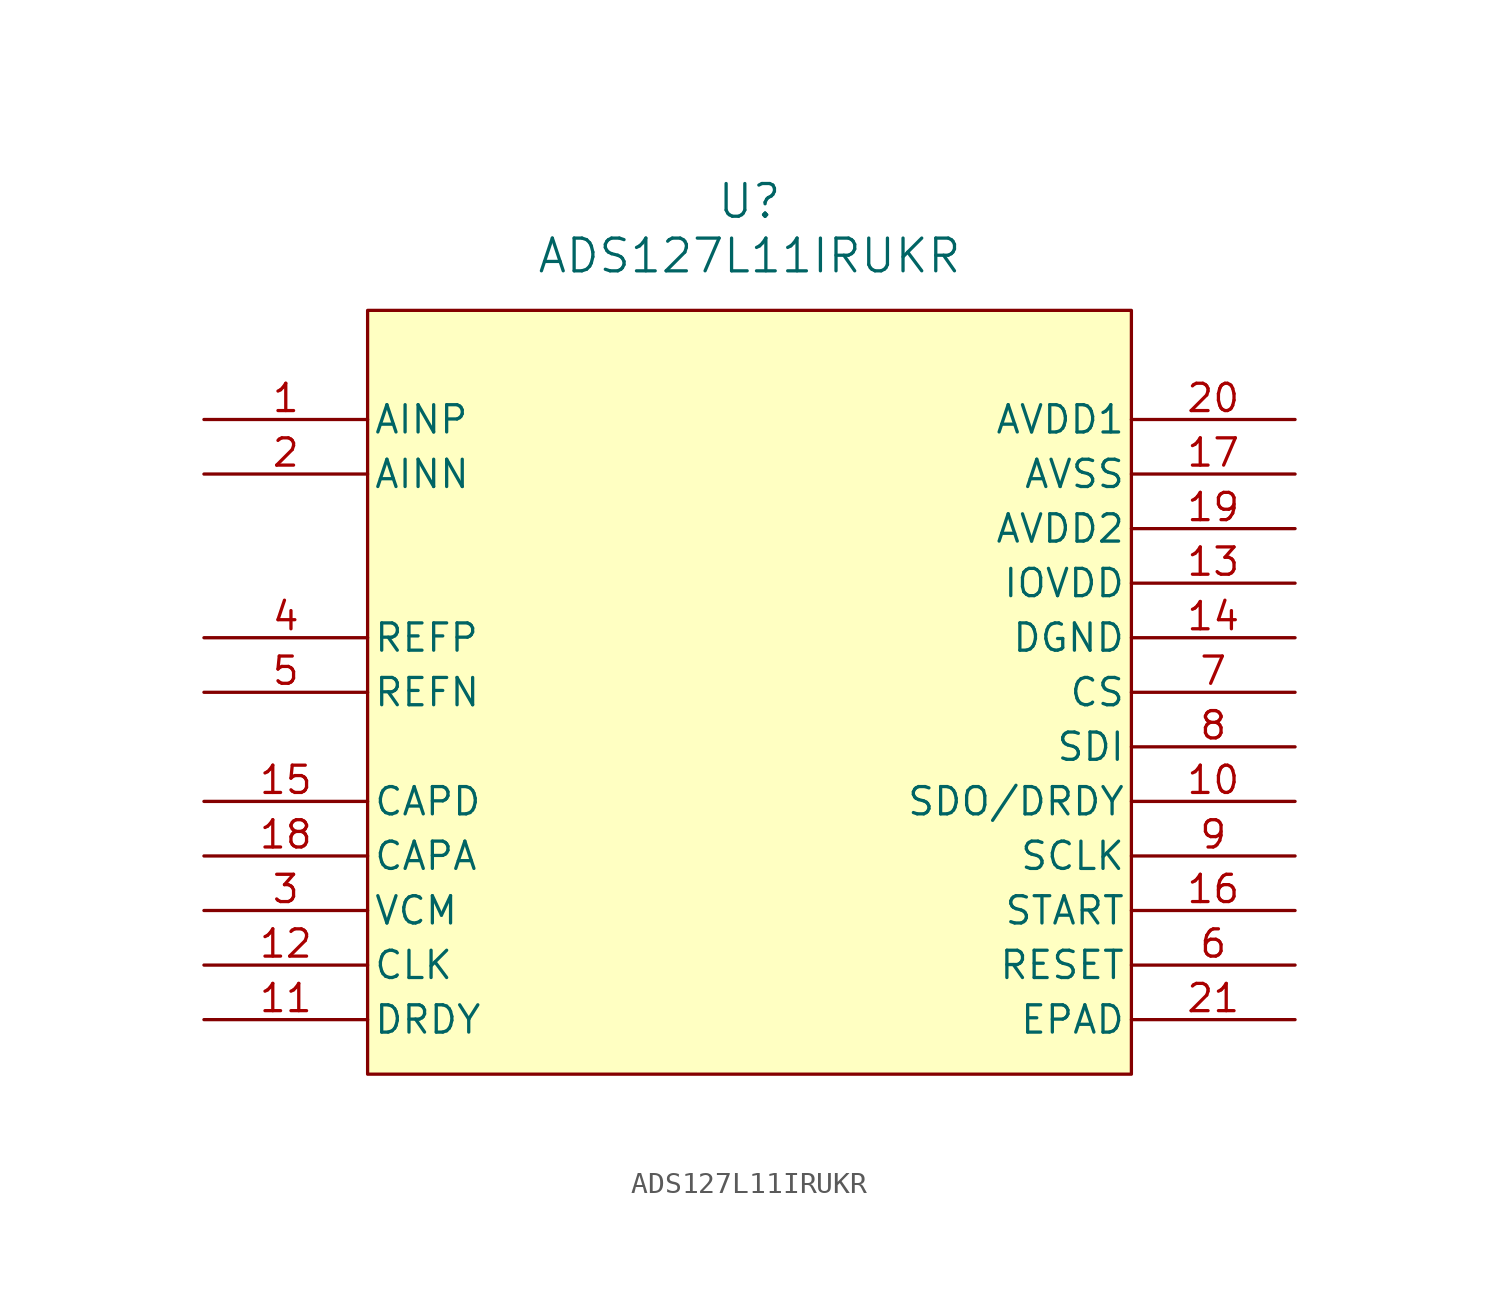
<source format=kicad_sym>
(kicad_symbol_lib
  (version 20220914)
  (generator kicad_symbol_editor)
  (symbol "ADS127L11IRUKR"
    (pin_names
      (offset 0.254))
    (property "Reference" "U"
      (at 25.4 10.16 0)
      (effects (font (size 1.524 1.524))))
    (property "Value" "ADS127L11IRUKR"
      (at 25.4 7.62 0)
      (effects (font (size 1.524 1.524))))
    (property "ki_locked" ""
      (at 0 0 0)
      (effects (font (size 1.27 1.27))))
    (symbol "ADS127L11IRUKR_0_1"
      (pin input line (at 0 0 0) (length 7.62) (name "AINP" (effects (font (size 1.27 1.27)))) (number "1" (effects (font (size 1.27 1.27)))))
      (pin output line (at 50.8 -17.78 180) (length 7.62) (name "SDO/DRDY" (effects (font (size 1.27 1.27)))) (number "10" (effects (font (size 1.27 1.27)))))
      (pin output line (at 0 -27.94 0) (length 7.62) (name "DRDY" (effects (font (size 1.27 1.27)))) (number "11" (effects (font (size 1.27 1.27)))))
      (pin input line (at 0 -25.4 0) (length 7.62) (name "CLK" (effects (font (size 1.27 1.27)))) (number "12" (effects (font (size 1.27 1.27)))))
      (pin power_in line (at 50.8 -7.62 180) (length 7.62) (name "IOVDD" (effects (font (size 1.27 1.27)))) (number "13" (effects (font (size 1.27 1.27)))))
      (pin power_out line (at 50.8 -10.16 180) (length 7.62) (name "DGND" (effects (font (size 1.27 1.27)))) (number "14" (effects (font (size 1.27 1.27)))))
      (pin output line (at 0 -17.78 0) (length 7.62) (name "CAPD" (effects (font (size 1.27 1.27)))) (number "15" (effects (font (size 1.27 1.27)))))
      (pin input line (at 50.8 -22.86 180) (length 7.62) (name "START" (effects (font (size 1.27 1.27)))) (number "16" (effects (font (size 1.27 1.27)))))
      (pin power_in line (at 50.8 -2.54 180) (length 7.62) (name "AVSS" (effects (font (size 1.27 1.27)))) (number "17" (effects (font (size 1.27 1.27)))))
      (pin output line (at 0 -20.32 0) (length 7.62) (name "CAPA" (effects (font (size 1.27 1.27)))) (number "18" (effects (font (size 1.27 1.27)))))
      (pin power_in line (at 50.8 -5.08 180) (length 7.62) (name "AVDD2" (effects (font (size 1.27 1.27)))) (number "19" (effects (font (size 1.27 1.27)))))
      (pin input line (at 0 -2.54 0) (length 7.62) (name "AINN" (effects (font (size 1.27 1.27)))) (number "2" (effects (font (size 1.27 1.27)))))
      (pin power_in line (at 50.8 0 180) (length 7.62) (name "AVDD1" (effects (font (size 1.27 1.27)))) (number "20" (effects (font (size 1.27 1.27)))))
      (pin power_out line (at 50.8 -27.94 180) (length 7.62) (name "EPAD" (effects (font (size 1.27 1.27)))) (number "21" (effects (font (size 1.27 1.27)))))
      (pin output line (at 0 -22.86 0) (length 7.62) (name "VCM" (effects (font (size 1.27 1.27)))) (number "3" (effects (font (size 1.27 1.27)))))
      (pin input line (at 0 -10.16 0) (length 7.62) (name "REFP" (effects (font (size 1.27 1.27)))) (number "4" (effects (font (size 1.27 1.27)))))
      (pin input line (at 0 -12.7 0) (length 7.62) (name "REFN" (effects (font (size 1.27 1.27)))) (number "5" (effects (font (size 1.27 1.27)))))
      (pin input line (at 50.8 -25.4 180) (length 7.62) (name "RESET" (effects (font (size 1.27 1.27)))) (number "6" (effects (font (size 1.27 1.27)))))
      (pin input line (at 50.8 -12.7 180) (length 7.62) (name "CS" (effects (font (size 1.27 1.27)))) (number "7" (effects (font (size 1.27 1.27)))))
      (pin input line (at 50.8 -15.24 180) (length 7.62) (name "SDI" (effects (font (size 1.27 1.27)))) (number "8" (effects (font (size 1.27 1.27)))))
      (pin input line (at 50.8 -20.32 180) (length 7.62) (name "SCLK" (effects (font (size 1.27 1.27)))) (number "9" (effects (font (size 1.27 1.27))))))
    (symbol "ADS127L11IRUKR_1_1"
      (rectangle (start 7.62 5.08) (end 43.18 -30.48) (stroke (width 0) (type default)) (fill (type background))))))
</source>
